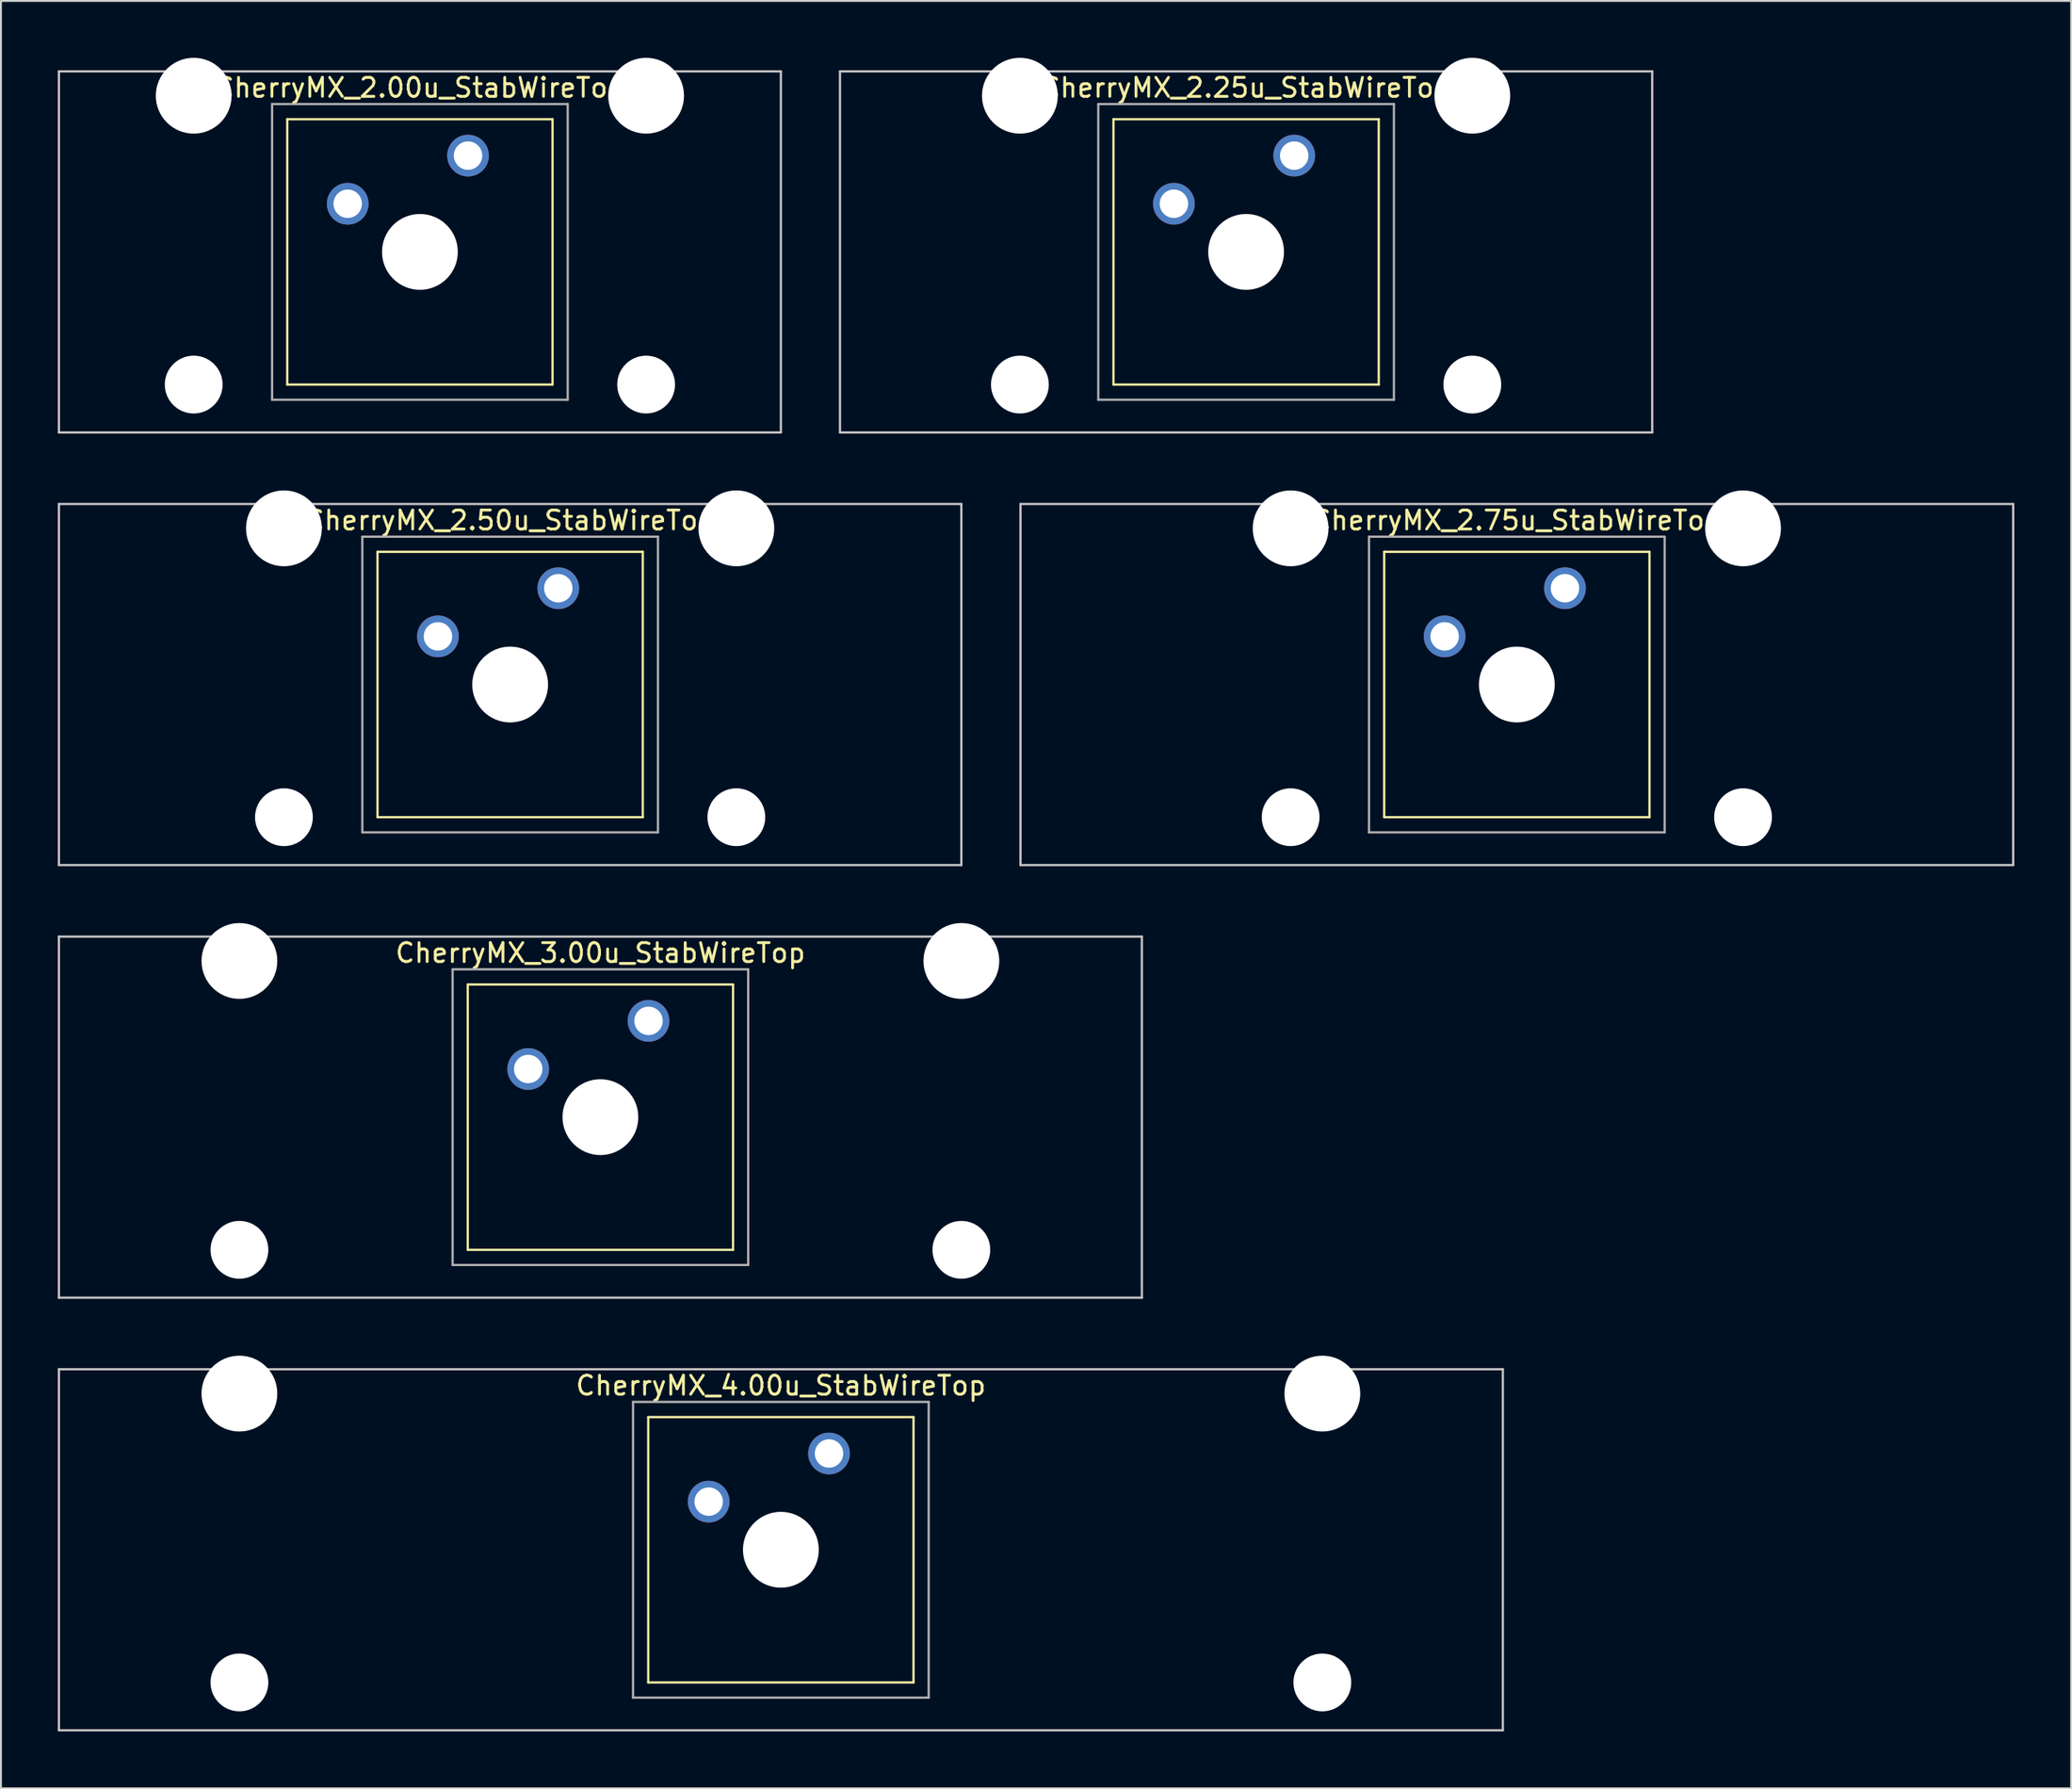
<source format=kicad_pcb>
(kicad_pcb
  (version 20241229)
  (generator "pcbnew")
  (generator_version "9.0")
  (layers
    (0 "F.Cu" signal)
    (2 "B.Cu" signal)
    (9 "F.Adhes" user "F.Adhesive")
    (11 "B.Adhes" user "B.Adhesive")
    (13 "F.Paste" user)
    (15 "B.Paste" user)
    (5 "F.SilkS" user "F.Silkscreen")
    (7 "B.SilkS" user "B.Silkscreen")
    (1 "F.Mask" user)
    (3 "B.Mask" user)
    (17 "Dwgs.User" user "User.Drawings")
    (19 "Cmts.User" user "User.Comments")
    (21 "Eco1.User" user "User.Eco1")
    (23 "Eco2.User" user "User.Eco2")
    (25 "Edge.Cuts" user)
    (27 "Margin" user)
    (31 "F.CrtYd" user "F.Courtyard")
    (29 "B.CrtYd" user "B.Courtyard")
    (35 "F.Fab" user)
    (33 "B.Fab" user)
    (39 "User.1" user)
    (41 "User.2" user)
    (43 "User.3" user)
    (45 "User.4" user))
  (footprint "CherryMX_2.75u_StabWireTop"
    (layer "F.Cu")
    (at 76.999 33.065)
    (property "Reference" "CherryMX_2.75u_StabWireTop" (at 0 -8.662 0) (layer "F.SilkS") (effects (font (size 1 1) (thickness 0.15))))
    (attr through_hole)
    (fp_line (start -7 -7) (end -7 7) (stroke (width 0.12) (type solid)) (layer "F.SilkS"))
    (fp_line (start -7 -7) (end 7 -7) (stroke (width 0.12) (type solid)) (layer "F.SilkS"))
    (fp_line (start 7 -7) (end 7 7) (stroke (width 0.12) (type solid)) (layer "F.SilkS"))
    (fp_line (start 7 7) (end -7 7) (stroke (width 0.12) (type solid)) (layer "F.SilkS"))
    (fp_line (start -26.194 -9.525) (end 26.194 -9.525) (stroke (width 0.12) (type solid)) (layer "Dwgs.User"))
    (fp_line (start -26.194 9.525) (end -26.194 -9.525) (stroke (width 0.12) (type solid)) (layer "Dwgs.User"))
    (fp_line (start 26.194 -9.525) (end 26.194 9.525) (stroke (width 0.12) (type solid)) (layer "Dwgs.User"))
    (fp_line (start 26.194 9.525) (end -26.194 9.525) (stroke (width 0.12) (type solid)) (layer "Dwgs.User"))
    (fp_line (start -7.8 -7.8) (end -7.8 7.8) (stroke (width 0.12) (type solid)) (layer "F.Fab"))
    (fp_line (start -7.8 -7.8) (end 7.8 -7.8) (stroke (width 0.12) (type solid)) (layer "F.Fab"))
    (fp_line (start -7.8 7.8) (end 7.8 7.8) (stroke (width 0.12) (type solid)) (layer "F.Fab"))
    (fp_line (start 7.8 -7.8) (end 7.8 7.8) (stroke (width 0.12) (type solid)) (layer "F.Fab"))
    (pad "" np_thru_hole circle (at -11.938 -8.24) (size 4 4) (drill 4) (layers "*.Cu" "*.Mask"))
    (pad "" np_thru_hole circle (at -11.938 7) (size 3.05 3.05) (drill 3.05) (layers "*.Cu" "*.Mask"))
    (pad "" np_thru_hole circle (at 0 0) (size 4 4) (drill 4) (layers "*.Cu" "*.Mask"))
    (pad "" np_thru_hole circle (at 11.938 -8.24) (size 4 4) (drill 4) (layers "*.Cu" "*.Mask"))
    (pad "" np_thru_hole circle (at 11.938 7) (size 3.05 3.05) (drill 3.05) (layers "*.Cu" "*.Mask"))
    (pad "1" thru_hole circle (at -3.81 -2.54) (size 2.2 2.2) (drill 1.5) (layers "*.Cu" "*.Mask"))
    (pad "2" thru_hole circle (at 2.54 -5.08) (size 2.2 2.2) (drill 1.5) (layers "*.Cu" "*.Mask")))
  (footprint "CherryMX_2.00u_StabWireTop"
    (layer "F.Cu")
    (at 19.11 10.24)
    (property "Reference" "CherryMX_2.00u_StabWireTop" (at 0 -8.662 0) (layer "F.SilkS") (effects (font (size 1 1) (thickness 0.15))))
    (attr through_hole)
    (fp_line (start -7 -7) (end -7 7) (stroke (width 0.12) (type solid)) (layer "F.SilkS"))
    (fp_line (start -7 -7) (end 7 -7) (stroke (width 0.12) (type solid)) (layer "F.SilkS"))
    (fp_line (start 7 -7) (end 7 7) (stroke (width 0.12) (type solid)) (layer "F.SilkS"))
    (fp_line (start 7 7) (end -7 7) (stroke (width 0.12) (type solid)) (layer "F.SilkS"))
    (fp_line (start -19.05 -9.525) (end 19.05 -9.525) (stroke (width 0.12) (type solid)) (layer "Dwgs.User"))
    (fp_line (start -19.05 9.525) (end -19.05 -9.525) (stroke (width 0.12) (type solid)) (layer "Dwgs.User"))
    (fp_line (start 19.05 -9.525) (end 19.05 9.525) (stroke (width 0.12) (type solid)) (layer "Dwgs.User"))
    (fp_line (start 19.05 9.525) (end -19.05 9.525) (stroke (width 0.12) (type solid)) (layer "Dwgs.User"))
    (fp_line (start -7.8 -7.8) (end -7.8 7.8) (stroke (width 0.12) (type solid)) (layer "F.Fab"))
    (fp_line (start -7.8 -7.8) (end 7.8 -7.8) (stroke (width 0.12) (type solid)) (layer "F.Fab"))
    (fp_line (start -7.8 7.8) (end 7.8 7.8) (stroke (width 0.12) (type solid)) (layer "F.Fab"))
    (fp_line (start 7.8 -7.8) (end 7.8 7.8) (stroke (width 0.12) (type solid)) (layer "F.Fab"))
    (pad "" np_thru_hole circle (at -11.938 -8.24) (size 4 4) (drill 4) (layers "*.Cu" "*.Mask"))
    (pad "" np_thru_hole circle (at -11.938 7) (size 3.05 3.05) (drill 3.05) (layers "*.Cu" "*.Mask"))
    (pad "" np_thru_hole circle (at 0 0) (size 4 4) (drill 4) (layers "*.Cu" "*.Mask"))
    (pad "" np_thru_hole circle (at 11.938 -8.24) (size 4 4) (drill 4) (layers "*.Cu" "*.Mask"))
    (pad "" np_thru_hole circle (at 11.938 7) (size 3.05 3.05) (drill 3.05) (layers "*.Cu" "*.Mask"))
    (pad "1" thru_hole circle (at -3.81 -2.54) (size 2.2 2.2) (drill 1.5) (layers "*.Cu" "*.Mask"))
    (pad "2" thru_hole circle (at 2.54 -5.08) (size 2.2 2.2) (drill 1.5) (layers "*.Cu" "*.Mask")))
  (footprint "CherryMX_2.50u_StabWireTop"
    (layer "F.Cu")
    (at 23.872 33.065)
    (property "Reference" "CherryMX_2.50u_StabWireTop" (at 0 -8.662 0) (layer "F.SilkS") (effects (font (size 1 1) (thickness 0.15))))
    (attr through_hole)
    (fp_line (start -7 -7) (end -7 7) (stroke (width 0.12) (type solid)) (layer "F.SilkS"))
    (fp_line (start -7 -7) (end 7 -7) (stroke (width 0.12) (type solid)) (layer "F.SilkS"))
    (fp_line (start 7 -7) (end 7 7) (stroke (width 0.12) (type solid)) (layer "F.SilkS"))
    (fp_line (start 7 7) (end -7 7) (stroke (width 0.12) (type solid)) (layer "F.SilkS"))
    (fp_line (start -23.812 -9.525) (end 23.812 -9.525) (stroke (width 0.12) (type solid)) (layer "Dwgs.User"))
    (fp_line (start -23.812 9.525) (end -23.812 -9.525) (stroke (width 0.12) (type solid)) (layer "Dwgs.User"))
    (fp_line (start 23.812 -9.525) (end 23.812 9.525) (stroke (width 0.12) (type solid)) (layer "Dwgs.User"))
    (fp_line (start 23.812 9.525) (end -23.812 9.525) (stroke (width 0.12) (type solid)) (layer "Dwgs.User"))
    (fp_line (start -7.8 -7.8) (end -7.8 7.8) (stroke (width 0.12) (type solid)) (layer "F.Fab"))
    (fp_line (start -7.8 -7.8) (end 7.8 -7.8) (stroke (width 0.12) (type solid)) (layer "F.Fab"))
    (fp_line (start -7.8 7.8) (end 7.8 7.8) (stroke (width 0.12) (type solid)) (layer "F.Fab"))
    (fp_line (start 7.8 -7.8) (end 7.8 7.8) (stroke (width 0.12) (type solid)) (layer "F.Fab"))
    (pad "" np_thru_hole circle (at -11.938 -8.24) (size 4 4) (drill 4) (layers "*.Cu" "*.Mask"))
    (pad "" np_thru_hole circle (at -11.938 7) (size 3.05 3.05) (drill 3.05) (layers "*.Cu" "*.Mask"))
    (pad "" np_thru_hole circle (at 0 0) (size 4 4) (drill 4) (layers "*.Cu" "*.Mask"))
    (pad "" np_thru_hole circle (at 11.938 -8.24) (size 4 4) (drill 4) (layers "*.Cu" "*.Mask"))
    (pad "" np_thru_hole circle (at 11.938 7) (size 3.05 3.05) (drill 3.05) (layers "*.Cu" "*.Mask"))
    (pad "1" thru_hole circle (at -3.81 -2.54) (size 2.2 2.2) (drill 1.5) (layers "*.Cu" "*.Mask"))
    (pad "2" thru_hole circle (at 2.54 -5.08) (size 2.2 2.2) (drill 1.5) (layers "*.Cu" "*.Mask")))
  (footprint "CherryMX_2.25u_StabWireTop"
    (layer "F.Cu")
    (at 62.711 10.24)
    (property "Reference" "CherryMX_2.25u_StabWireTop" (at 0 -8.662 0) (layer "F.SilkS") (effects (font (size 1 1) (thickness 0.15))))
    (attr through_hole)
    (fp_line (start -7 -7) (end -7 7) (stroke (width 0.12) (type solid)) (layer "F.SilkS"))
    (fp_line (start -7 -7) (end 7 -7) (stroke (width 0.12) (type solid)) (layer "F.SilkS"))
    (fp_line (start 7 -7) (end 7 7) (stroke (width 0.12) (type solid)) (layer "F.SilkS"))
    (fp_line (start 7 7) (end -7 7) (stroke (width 0.12) (type solid)) (layer "F.SilkS"))
    (fp_line (start -21.431 -9.525) (end 21.431 -9.525) (stroke (width 0.12) (type solid)) (layer "Dwgs.User"))
    (fp_line (start -21.431 9.525) (end -21.431 -9.525) (stroke (width 0.12) (type solid)) (layer "Dwgs.User"))
    (fp_line (start 21.431 -9.525) (end 21.431 9.525) (stroke (width 0.12) (type solid)) (layer "Dwgs.User"))
    (fp_line (start 21.431 9.525) (end -21.431 9.525) (stroke (width 0.12) (type solid)) (layer "Dwgs.User"))
    (fp_line (start -7.8 -7.8) (end -7.8 7.8) (stroke (width 0.12) (type solid)) (layer "F.Fab"))
    (fp_line (start -7.8 -7.8) (end 7.8 -7.8) (stroke (width 0.12) (type solid)) (layer "F.Fab"))
    (fp_line (start -7.8 7.8) (end 7.8 7.8) (stroke (width 0.12) (type solid)) (layer "F.Fab"))
    (fp_line (start 7.8 -7.8) (end 7.8 7.8) (stroke (width 0.12) (type solid)) (layer "F.Fab"))
    (pad "" np_thru_hole circle (at -11.938 -8.24) (size 4 4) (drill 4) (layers "*.Cu" "*.Mask"))
    (pad "" np_thru_hole circle (at -11.938 7) (size 3.05 3.05) (drill 3.05) (layers "*.Cu" "*.Mask"))
    (pad "" np_thru_hole circle (at 0 0) (size 4 4) (drill 4) (layers "*.Cu" "*.Mask"))
    (pad "" np_thru_hole circle (at 11.938 -8.24) (size 4 4) (drill 4) (layers "*.Cu" "*.Mask"))
    (pad "" np_thru_hole circle (at 11.938 7) (size 3.05 3.05) (drill 3.05) (layers "*.Cu" "*.Mask"))
    (pad "1" thru_hole circle (at -3.81 -2.54) (size 2.2 2.2) (drill 1.5) (layers "*.Cu" "*.Mask"))
    (pad "2" thru_hole circle (at 2.54 -5.08) (size 2.2 2.2) (drill 1.5) (layers "*.Cu" "*.Mask")))
  (footprint "CherryMX_3.00u_StabWireTop"
    (layer "F.Cu")
    (at 28.635 55.89)
    (property "Reference" "CherryMX_3.00u_StabWireTop" (at 0 -8.662 0) (layer "F.SilkS") (effects (font (size 1 1) (thickness 0.15))))
    (attr through_hole)
    (fp_line (start -7 -7) (end -7 7) (stroke (width 0.12) (type solid)) (layer "F.SilkS"))
    (fp_line (start -7 -7) (end 7 -7) (stroke (width 0.12) (type solid)) (layer "F.SilkS"))
    (fp_line (start 7 -7) (end 7 7) (stroke (width 0.12) (type solid)) (layer "F.SilkS"))
    (fp_line (start 7 7) (end -7 7) (stroke (width 0.12) (type solid)) (layer "F.SilkS"))
    (fp_line (start -28.575 -9.525) (end 28.575 -9.525) (stroke (width 0.12) (type solid)) (layer "Dwgs.User"))
    (fp_line (start -28.575 9.525) (end -28.575 -9.525) (stroke (width 0.12) (type solid)) (layer "Dwgs.User"))
    (fp_line (start 28.575 -9.525) (end 28.575 9.525) (stroke (width 0.12) (type solid)) (layer "Dwgs.User"))
    (fp_line (start 28.575 9.525) (end -28.575 9.525) (stroke (width 0.12) (type solid)) (layer "Dwgs.User"))
    (fp_line (start -7.8 -7.8) (end -7.8 7.8) (stroke (width 0.12) (type solid)) (layer "F.Fab"))
    (fp_line (start -7.8 -7.8) (end 7.8 -7.8) (stroke (width 0.12) (type solid)) (layer "F.Fab"))
    (fp_line (start -7.8 7.8) (end 7.8 7.8) (stroke (width 0.12) (type solid)) (layer "F.Fab"))
    (fp_line (start 7.8 -7.8) (end 7.8 7.8) (stroke (width 0.12) (type solid)) (layer "F.Fab"))
    (pad "" np_thru_hole circle (at -19.05 -8.24) (size 4 4) (drill 4) (layers "*.Cu" "*.Mask"))
    (pad "" np_thru_hole circle (at -19.05 7) (size 3.05 3.05) (drill 3.05) (layers "*.Cu" "*.Mask"))
    (pad "" np_thru_hole circle (at 0 0) (size 4 4) (drill 4) (layers "*.Cu" "*.Mask"))
    (pad "" np_thru_hole circle (at 19.05 -8.24) (size 4 4) (drill 4) (layers "*.Cu" "*.Mask"))
    (pad "" np_thru_hole circle (at 19.05 7) (size 3.05 3.05) (drill 3.05) (layers "*.Cu" "*.Mask"))
    (pad "1" thru_hole circle (at -3.81 -2.54) (size 2.2 2.2) (drill 1.5) (layers "*.Cu" "*.Mask"))
    (pad "2" thru_hole circle (at 2.54 -5.08) (size 2.2 2.2) (drill 1.5) (layers "*.Cu" "*.Mask")))
  (footprint "CherryMX_4.00u_StabWireTop"
    (layer "F.Cu")
    (at 38.16 78.715)
    (property "Reference" "CherryMX_4.00u_StabWireTop" (at 0 -8.662 0) (layer "F.SilkS") (effects (font (size 1 1) (thickness 0.15))))
    (attr through_hole)
    (fp_line (start -7 -7) (end -7 7) (stroke (width 0.12) (type solid)) (layer "F.SilkS"))
    (fp_line (start -7 -7) (end 7 -7) (stroke (width 0.12) (type solid)) (layer "F.SilkS"))
    (fp_line (start 7 -7) (end 7 7) (stroke (width 0.12) (type solid)) (layer "F.SilkS"))
    (fp_line (start 7 7) (end -7 7) (stroke (width 0.12) (type solid)) (layer "F.SilkS"))
    (fp_line (start -38.1 -9.525) (end 38.1 -9.525) (stroke (width 0.12) (type solid)) (layer "Dwgs.User"))
    (fp_line (start -38.1 9.525) (end -38.1 -9.525) (stroke (width 0.12) (type solid)) (layer "Dwgs.User"))
    (fp_line (start 38.1 -9.525) (end 38.1 9.525) (stroke (width 0.12) (type solid)) (layer "Dwgs.User"))
    (fp_line (start 38.1 9.525) (end -38.1 9.525) (stroke (width 0.12) (type solid)) (layer "Dwgs.User"))
    (fp_line (start -7.8 -7.8) (end -7.8 7.8) (stroke (width 0.12) (type solid)) (layer "F.Fab"))
    (fp_line (start -7.8 -7.8) (end 7.8 -7.8) (stroke (width 0.12) (type solid)) (layer "F.Fab"))
    (fp_line (start -7.8 7.8) (end 7.8 7.8) (stroke (width 0.12) (type solid)) (layer "F.Fab"))
    (fp_line (start 7.8 -7.8) (end 7.8 7.8) (stroke (width 0.12) (type solid)) (layer "F.Fab"))
    (pad "" np_thru_hole circle (at -28.575 -8.24) (size 4 4) (drill 4) (layers "*.Cu" "*.Mask"))
    (pad "" np_thru_hole circle (at -28.575 7) (size 3.05 3.05) (drill 3.05) (layers "*.Cu" "*.Mask"))
    (pad "" np_thru_hole circle (at 0 0) (size 4 4) (drill 4) (layers "*.Cu" "*.Mask"))
    (pad "" np_thru_hole circle (at 28.575 -8.24) (size 4 4) (drill 4) (layers "*.Cu" "*.Mask"))
    (pad "" np_thru_hole circle (at 28.575 7) (size 3.05 3.05) (drill 3.05) (layers "*.Cu" "*.Mask"))
    (pad "1" thru_hole circle (at -3.81 -2.54) (size 2.2 2.2) (drill 1.5) (layers "*.Cu" "*.Mask"))
    (pad "2" thru_hole circle (at 2.54 -5.08) (size 2.2 2.2) (drill 1.5) (layers "*.Cu" "*.Mask")))
  (gr_rect
    (start -3 -3)
    (end 106.252 91.3)
    (stroke (width 0.1) (type default))
    (fill no)
    (layer "Edge.Cuts")))
</source>
